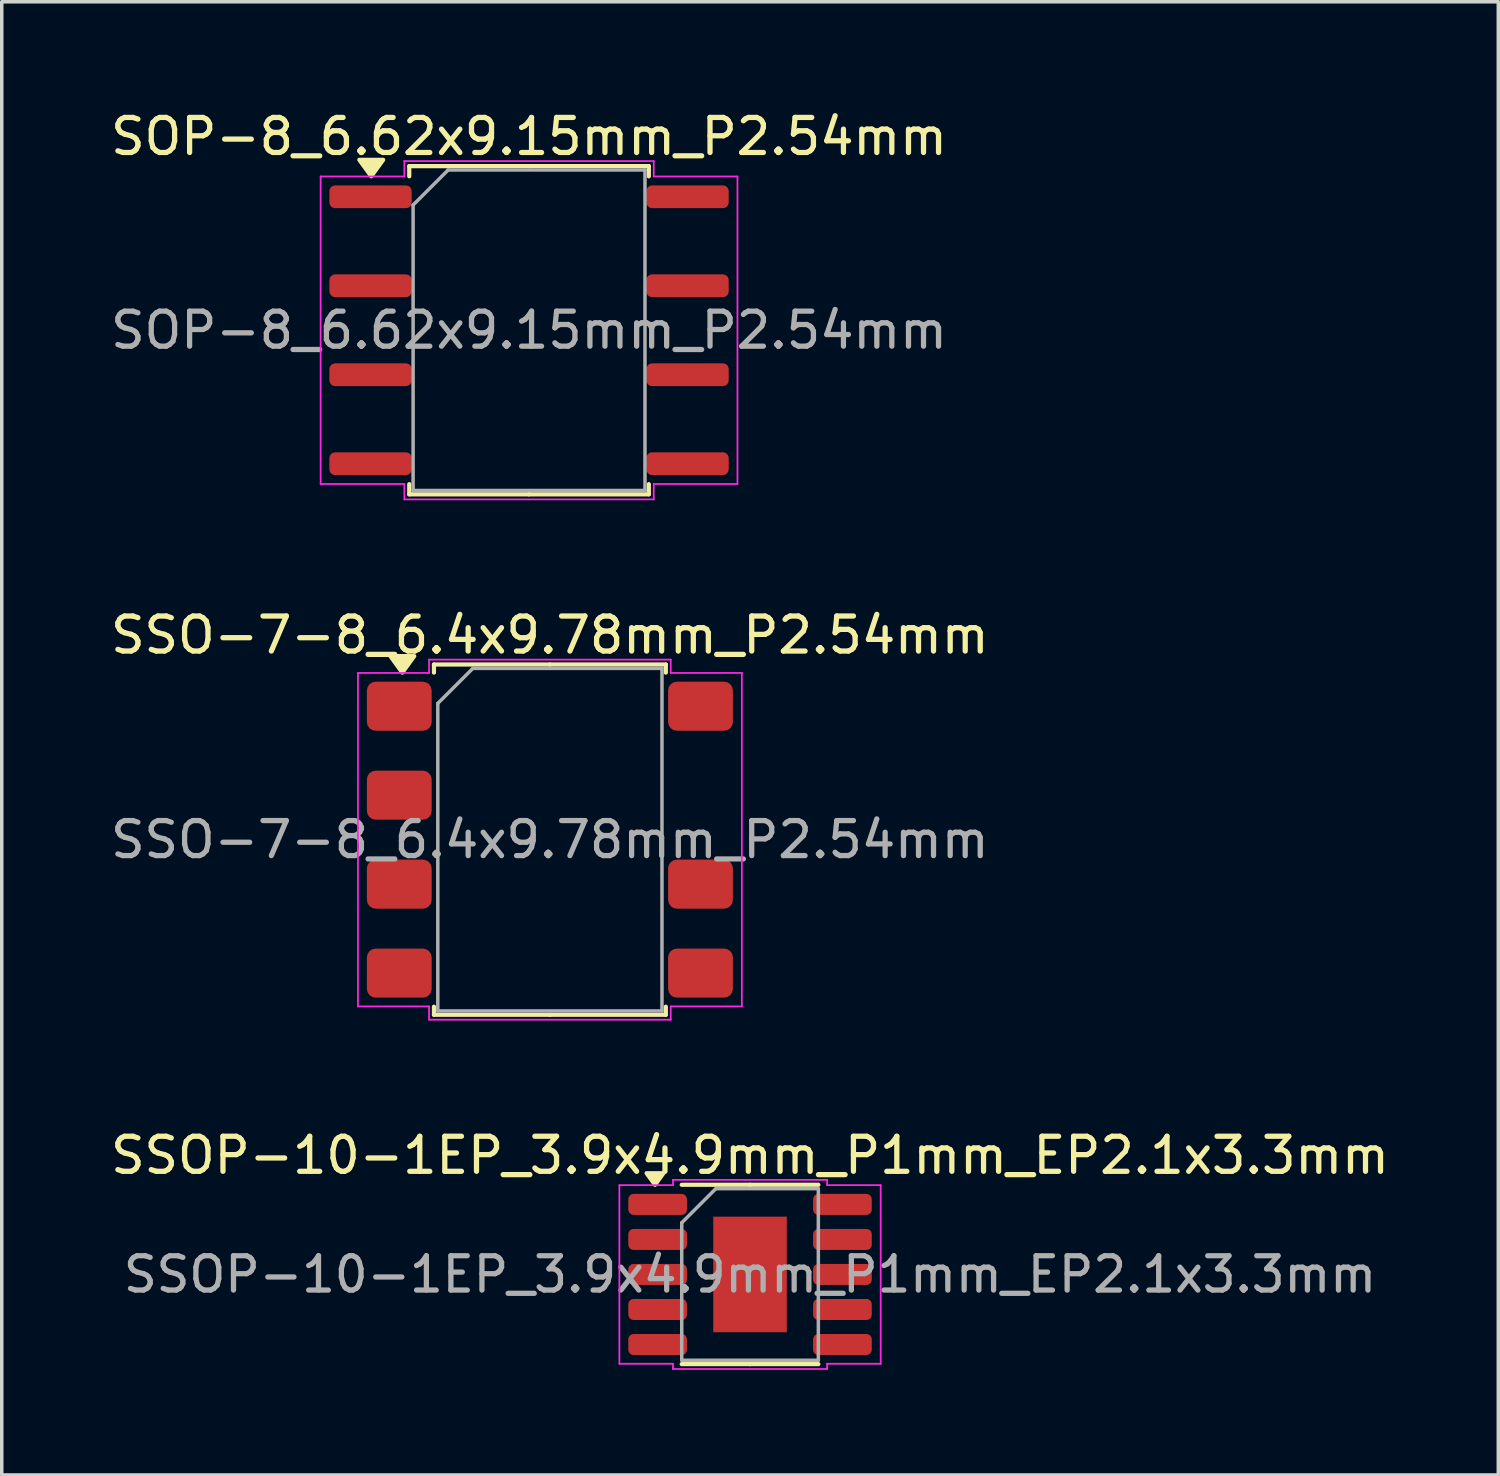
<source format=kicad_pcb>
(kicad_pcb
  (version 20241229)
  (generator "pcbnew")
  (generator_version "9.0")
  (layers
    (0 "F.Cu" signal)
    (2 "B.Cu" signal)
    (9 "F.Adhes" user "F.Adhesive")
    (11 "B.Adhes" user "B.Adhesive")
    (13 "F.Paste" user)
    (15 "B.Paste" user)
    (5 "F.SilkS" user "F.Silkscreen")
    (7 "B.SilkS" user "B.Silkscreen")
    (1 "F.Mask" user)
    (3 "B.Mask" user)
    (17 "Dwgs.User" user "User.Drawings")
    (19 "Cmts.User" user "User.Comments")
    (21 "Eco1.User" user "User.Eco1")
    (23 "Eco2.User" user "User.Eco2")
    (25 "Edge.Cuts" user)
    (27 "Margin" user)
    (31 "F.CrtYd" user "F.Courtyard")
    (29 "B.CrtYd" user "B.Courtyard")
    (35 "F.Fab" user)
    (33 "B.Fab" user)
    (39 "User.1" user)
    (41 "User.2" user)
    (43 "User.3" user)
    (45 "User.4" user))
  (footprint "SSOP-10-1EP_3.9x4.9mm_P1mm_EP2.1x3.3mm"
    (layer "F.Cu")
    (at 18.363 33.335)
    (property "Reference" "SSOP-10-1EP_3.9x4.9mm_P1mm_EP2.1x3.3mm" (at 0 -3.4 0) (layer "F.SilkS") (effects (font (size 1 1) (thickness 0.15))))
    (attr smd)
    (fp_line (start 0 -2.56) (end -1.95 -2.56) (stroke (width 0.12) (type solid)) (layer "F.SilkS"))
    (fp_line (start 0 -2.56) (end 1.95 -2.56) (stroke (width 0.12) (type solid)) (layer "F.SilkS"))
    (fp_line (start 0 2.56) (end -1.95 2.56) (stroke (width 0.12) (type solid)) (layer "F.SilkS"))
    (fp_line (start 0 2.56) (end 1.95 2.56) (stroke (width 0.12) (type solid)) (layer "F.SilkS"))
    (fp_poly (pts (xy -2.712 -2.56) (xy -2.953 -2.89) (xy -2.473 -2.89)) (stroke (width 0.12) (type solid)) (fill yes) (layer "F.SilkS"))
    (fp_line (start -3.73 -2.55) (end -2.2 -2.55) (stroke (width 0.05) (type solid)) (layer "F.CrtYd"))
    (fp_line (start -3.73 2.55) (end -3.73 -2.55) (stroke (width 0.05) (type solid)) (layer "F.CrtYd"))
    (fp_line (start -2.2 -2.7) (end 2.2 -2.7) (stroke (width 0.05) (type solid)) (layer "F.CrtYd"))
    (fp_line (start -2.2 -2.55) (end -2.2 -2.7) (stroke (width 0.05) (type solid)) (layer "F.CrtYd"))
    (fp_line (start -2.2 2.55) (end -3.73 2.55) (stroke (width 0.05) (type solid)) (layer "F.CrtYd"))
    (fp_line (start -2.2 2.7) (end -2.2 2.55) (stroke (width 0.05) (type solid)) (layer "F.CrtYd"))
    (fp_line (start 2.2 -2.7) (end 2.2 -2.55) (stroke (width 0.05) (type solid)) (layer "F.CrtYd"))
    (fp_line (start 2.2 -2.55) (end 3.73 -2.55) (stroke (width 0.05) (type solid)) (layer "F.CrtYd"))
    (fp_line (start 2.2 2.55) (end 2.2 2.7) (stroke (width 0.05) (type solid)) (layer "F.CrtYd"))
    (fp_line (start 2.2 2.7) (end -2.2 2.7) (stroke (width 0.05) (type solid)) (layer "F.CrtYd"))
    (fp_line (start 3.73 -2.55) (end 3.73 2.55) (stroke (width 0.05) (type solid)) (layer "F.CrtYd"))
    (fp_line (start 3.73 2.55) (end 2.2 2.55) (stroke (width 0.05) (type solid)) (layer "F.CrtYd"))
    (fp_line (start -1.95 -1.475) (end -0.975 -2.45) (stroke (width 0.1) (type solid)) (layer "F.Fab"))
    (fp_line (start -1.95 2.45) (end -1.95 -1.475) (stroke (width 0.1) (type solid)) (layer "F.Fab"))
    (fp_line (start -0.975 -2.45) (end 1.95 -2.45) (stroke (width 0.1) (type solid)) (layer "F.Fab"))
    (fp_line (start 1.95 -2.45) (end 1.95 2.45) (stroke (width 0.1) (type solid)) (layer "F.Fab"))
    (fp_line (start 1.95 2.45) (end -1.95 2.45) (stroke (width 0.1) (type solid)) (layer "F.Fab"))
    (fp_text user "${REFERENCE}" (at 0 0 0) (layer "F.Fab") (effects (font (size 0.98 0.98) (thickness 0.15))))
    (pad "" smd roundrect (at 0 0) (size 1.69 2.66) (layers "F.Paste") (roundrect_rratio 0.148))
    (pad "1" smd roundrect (at -2.638 -2) (size 1.675 0.6) (layers "F.Cu" "F.Mask" "F.Paste") (roundrect_rratio 0.25))
    (pad "2" smd roundrect (at -2.638 -1) (size 1.675 0.6) (layers "F.Cu" "F.Mask" "F.Paste") (roundrect_rratio 0.25))
    (pad "3" smd roundrect (at -2.638 0) (size 1.675 0.6) (layers "F.Cu" "F.Mask" "F.Paste") (roundrect_rratio 0.25))
    (pad "4" smd roundrect (at -2.638 1) (size 1.675 0.6) (layers "F.Cu" "F.Mask" "F.Paste") (roundrect_rratio 0.25))
    (pad "5" smd roundrect (at -2.638 2) (size 1.675 0.6) (layers "F.Cu" "F.Mask" "F.Paste") (roundrect_rratio 0.25))
    (pad "6" smd roundrect (at 2.638 2) (size 1.675 0.6) (layers "F.Cu" "F.Mask" "F.Paste") (roundrect_rratio 0.25))
    (pad "7" smd roundrect (at 2.638 1) (size 1.675 0.6) (layers "F.Cu" "F.Mask" "F.Paste") (roundrect_rratio 0.25))
    (pad "8" smd roundrect (at 2.638 0) (size 1.675 0.6) (layers "F.Cu" "F.Mask" "F.Paste") (roundrect_rratio 0.25))
    (pad "9" smd roundrect (at 2.638 -1) (size 1.675 0.6) (layers "F.Cu" "F.Mask" "F.Paste") (roundrect_rratio 0.25))
    (pad "10" smd roundrect (at 2.638 -2) (size 1.675 0.6) (layers "F.Cu" "F.Mask" "F.Paste") (roundrect_rratio 0.25))
    (pad "11" smd rect (at 0 0) (size 2.1 3.3) (property pad_prop_heatsink) (layers "F.Cu" "F.Mask")))
  (footprint "SSO-7-8_6.4x9.78mm_P2.54mm"
    (layer "F.Cu")
    (at 12.649 20.922)
    (property "Reference" "SSO-7-8_6.4x9.78mm_P2.54mm" (at 0 -5.84 0) (layer "F.SilkS") (effects (font (size 1 1) (thickness 0.15))))
    (attr smd)
    (fp_line (start -3.31 -5) (end -3.31 -4.77) (stroke (width 0.12) (type solid)) (layer "F.SilkS"))
    (fp_line (start -3.31 5) (end -3.31 4.77) (stroke (width 0.12) (type solid)) (layer "F.SilkS"))
    (fp_line (start 0 -5) (end -3.31 -5) (stroke (width 0.12) (type solid)) (layer "F.SilkS"))
    (fp_line (start 0 -5) (end 3.31 -5) (stroke (width 0.12) (type solid)) (layer "F.SilkS"))
    (fp_line (start 0 5) (end -3.31 5) (stroke (width 0.12) (type solid)) (layer "F.SilkS"))
    (fp_line (start 0 5) (end 3.31 5) (stroke (width 0.12) (type solid)) (layer "F.SilkS"))
    (fp_line (start 3.31 -5) (end 3.31 -4.77) (stroke (width 0.12) (type solid)) (layer "F.SilkS"))
    (fp_line (start 3.31 5) (end 3.31 4.77) (stroke (width 0.12) (type solid)) (layer "F.SilkS"))
    (fp_poly (pts (xy -4.213 -4.77) (xy -4.553 -5.24) (xy -3.873 -5.24)) (stroke (width 0.12) (type solid)) (fill yes) (layer "F.SilkS"))
    (fp_line (start -5.48 -4.76) (end -3.45 -4.76) (stroke (width 0.05) (type solid)) (layer "F.CrtYd"))
    (fp_line (start -5.48 4.76) (end -5.48 -4.76) (stroke (width 0.05) (type solid)) (layer "F.CrtYd"))
    (fp_line (start -3.45 -5.14) (end 3.45 -5.14) (stroke (width 0.05) (type solid)) (layer "F.CrtYd"))
    (fp_line (start -3.45 -4.76) (end -3.45 -5.14) (stroke (width 0.05) (type solid)) (layer "F.CrtYd"))
    (fp_line (start -3.45 4.76) (end -5.48 4.76) (stroke (width 0.05) (type solid)) (layer "F.CrtYd"))
    (fp_line (start -3.45 5.14) (end -3.45 4.76) (stroke (width 0.05) (type solid)) (layer "F.CrtYd"))
    (fp_line (start 3.45 -5.14) (end 3.45 -4.76) (stroke (width 0.05) (type solid)) (layer "F.CrtYd"))
    (fp_line (start 3.45 -4.76) (end 5.48 -4.76) (stroke (width 0.05) (type solid)) (layer "F.CrtYd"))
    (fp_line (start 3.45 4.76) (end 3.45 5.14) (stroke (width 0.05) (type solid)) (layer "F.CrtYd"))
    (fp_line (start 3.45 5.14) (end -3.45 5.14) (stroke (width 0.05) (type solid)) (layer "F.CrtYd"))
    (fp_line (start 5.48 -4.76) (end 5.48 4.76) (stroke (width 0.05) (type solid)) (layer "F.CrtYd"))
    (fp_line (start 5.48 4.76) (end 3.45 4.76) (stroke (width 0.05) (type solid)) (layer "F.CrtYd"))
    (fp_line (start -3.2 -3.89) (end -2.2 -4.89) (stroke (width 0.1) (type solid)) (layer "F.Fab"))
    (fp_line (start -3.2 4.89) (end -3.2 -3.89) (stroke (width 0.1) (type solid)) (layer "F.Fab"))
    (fp_line (start -2.2 -4.89) (end 3.2 -4.89) (stroke (width 0.1) (type solid)) (layer "F.Fab"))
    (fp_line (start 3.2 -4.89) (end 3.2 4.89) (stroke (width 0.1) (type solid)) (layer "F.Fab"))
    (fp_line (start 3.2 4.89) (end -3.2 4.89) (stroke (width 0.1) (type solid)) (layer "F.Fab"))
    (fp_text user "${REFERENCE}" (at 0 0 0) (layer "F.Fab") (effects (font (size 1 1) (thickness 0.15))))
    (pad "1" smd roundrect (at -4.3 -3.81) (size 1.85 1.4) (layers "F.Cu" "F.Mask" "F.Paste") (roundrect_rratio 0.179))
    (pad "2" smd roundrect (at -4.3 -1.27) (size 1.85 1.4) (layers "F.Cu" "F.Mask" "F.Paste") (roundrect_rratio 0.179))
    (pad "3" smd roundrect (at -4.3 1.27) (size 1.85 1.4) (layers "F.Cu" "F.Mask" "F.Paste") (roundrect_rratio 0.179))
    (pad "4" smd roundrect (at -4.3 3.81) (size 1.85 1.4) (layers "F.Cu" "F.Mask" "F.Paste") (roundrect_rratio 0.179))
    (pad "5" smd roundrect (at 4.3 3.81) (size 1.85 1.4) (layers "F.Cu" "F.Mask" "F.Paste") (roundrect_rratio 0.179))
    (pad "6" smd roundrect (at 4.3 1.27) (size 1.85 1.4) (layers "F.Cu" "F.Mask" "F.Paste") (roundrect_rratio 0.179))
    (pad "8" smd roundrect (at 4.3 -3.81) (size 1.85 1.4) (layers "F.Cu" "F.Mask" "F.Paste") (roundrect_rratio 0.179)))
  (footprint "SOP-8_6.62x9.15mm_P2.54mm"
    (layer "F.Cu")
    (at 12.054 6.378)
    (property "Reference" "SOP-8_6.62x9.15mm_P2.54mm" (at 0 -5.53 0) (layer "F.SilkS") (effects (font (size 1 1) (thickness 0.15))))
    (attr smd)
    (fp_line (start -3.42 -4.685) (end -3.42 -4.395) (stroke (width 0.12) (type solid)) (layer "F.SilkS"))
    (fp_line (start -3.42 4.685) (end -3.42 4.395) (stroke (width 0.12) (type solid)) (layer "F.SilkS"))
    (fp_line (start 0 -4.685) (end -3.42 -4.685) (stroke (width 0.12) (type solid)) (layer "F.SilkS"))
    (fp_line (start 0 -4.685) (end 3.42 -4.685) (stroke (width 0.12) (type solid)) (layer "F.SilkS"))
    (fp_line (start 0 4.685) (end -3.42 4.685) (stroke (width 0.12) (type solid)) (layer "F.SilkS"))
    (fp_line (start 0 4.685) (end 3.42 4.685) (stroke (width 0.12) (type solid)) (layer "F.SilkS"))
    (fp_line (start 3.42 -4.685) (end 3.42 -4.395) (stroke (width 0.12) (type solid)) (layer "F.SilkS"))
    (fp_line (start 3.42 4.685) (end 3.42 4.395) (stroke (width 0.12) (type solid)) (layer "F.SilkS"))
    (fp_poly (pts (xy -4.505 -4.395) (xy -4.845 -4.865) (xy -4.165 -4.865)) (stroke (width 0.12) (type solid)) (fill yes) (layer "F.SilkS"))
    (fp_line (start -5.95 -4.39) (end -3.56 -4.39) (stroke (width 0.05) (type solid)) (layer "F.CrtYd"))
    (fp_line (start -5.95 4.39) (end -5.95 -4.39) (stroke (width 0.05) (type solid)) (layer "F.CrtYd"))
    (fp_line (start -3.56 -4.83) (end 3.56 -4.83) (stroke (width 0.05) (type solid)) (layer "F.CrtYd"))
    (fp_line (start -3.56 -4.39) (end -3.56 -4.83) (stroke (width 0.05) (type solid)) (layer "F.CrtYd"))
    (fp_line (start -3.56 4.39) (end -5.95 4.39) (stroke (width 0.05) (type solid)) (layer "F.CrtYd"))
    (fp_line (start -3.56 4.83) (end -3.56 4.39) (stroke (width 0.05) (type solid)) (layer "F.CrtYd"))
    (fp_line (start 3.56 -4.83) (end 3.56 -4.39) (stroke (width 0.05) (type solid)) (layer "F.CrtYd"))
    (fp_line (start 3.56 -4.39) (end 5.95 -4.39) (stroke (width 0.05) (type solid)) (layer "F.CrtYd"))
    (fp_line (start 3.56 4.39) (end 3.56 4.83) (stroke (width 0.05) (type solid)) (layer "F.CrtYd"))
    (fp_line (start 3.56 4.83) (end -3.56 4.83) (stroke (width 0.05) (type solid)) (layer "F.CrtYd"))
    (fp_line (start 5.95 -4.39) (end 5.95 4.39) (stroke (width 0.05) (type solid)) (layer "F.CrtYd"))
    (fp_line (start 5.95 4.39) (end 3.56 4.39) (stroke (width 0.05) (type solid)) (layer "F.CrtYd"))
    (fp_line (start -3.31 -3.575) (end -2.31 -4.575) (stroke (width 0.1) (type solid)) (layer "F.Fab"))
    (fp_line (start -3.31 4.575) (end -3.31 -3.575) (stroke (width 0.1) (type solid)) (layer "F.Fab"))
    (fp_line (start -2.31 -4.575) (end 3.31 -4.575) (stroke (width 0.1) (type solid)) (layer "F.Fab"))
    (fp_line (start 3.31 -4.575) (end 3.31 4.575) (stroke (width 0.1) (type solid)) (layer "F.Fab"))
    (fp_line (start 3.31 4.575) (end -3.31 4.575) (stroke (width 0.1) (type solid)) (layer "F.Fab"))
    (fp_text user "${REFERENCE}" (at 0 0 0) (layer "F.Fab") (effects (font (size 1 1) (thickness 0.15))))
    (pad "1" smd roundrect (at -4.525 -3.81) (size 2.35 0.65) (layers "F.Cu" "F.Mask" "F.Paste") (roundrect_rratio 0.25))
    (pad "2" smd roundrect (at -4.525 -1.27) (size 2.35 0.65) (layers "F.Cu" "F.Mask" "F.Paste") (roundrect_rratio 0.25))
    (pad "3" smd roundrect (at -4.525 1.27) (size 2.35 0.65) (layers "F.Cu" "F.Mask" "F.Paste") (roundrect_rratio 0.25))
    (pad "4" smd roundrect (at -4.525 3.81) (size 2.35 0.65) (layers "F.Cu" "F.Mask" "F.Paste") (roundrect_rratio 0.25))
    (pad "5" smd roundrect (at 4.525 3.81) (size 2.35 0.65) (layers "F.Cu" "F.Mask" "F.Paste") (roundrect_rratio 0.25))
    (pad "6" smd roundrect (at 4.525 1.27) (size 2.35 0.65) (layers "F.Cu" "F.Mask" "F.Paste") (roundrect_rratio 0.25))
    (pad "7" smd roundrect (at 4.525 -1.27) (size 2.35 0.65) (layers "F.Cu" "F.Mask" "F.Paste") (roundrect_rratio 0.25))
    (pad "8" smd roundrect (at 4.525 -3.81) (size 2.35 0.65) (layers "F.Cu" "F.Mask" "F.Paste") (roundrect_rratio 0.25)))
  (gr_rect
    (start -3 -3)
    (end 39.726 39.06)
    (stroke (width 0.1) (type default))
    (fill no)
    (layer "Edge.Cuts")))
</source>
